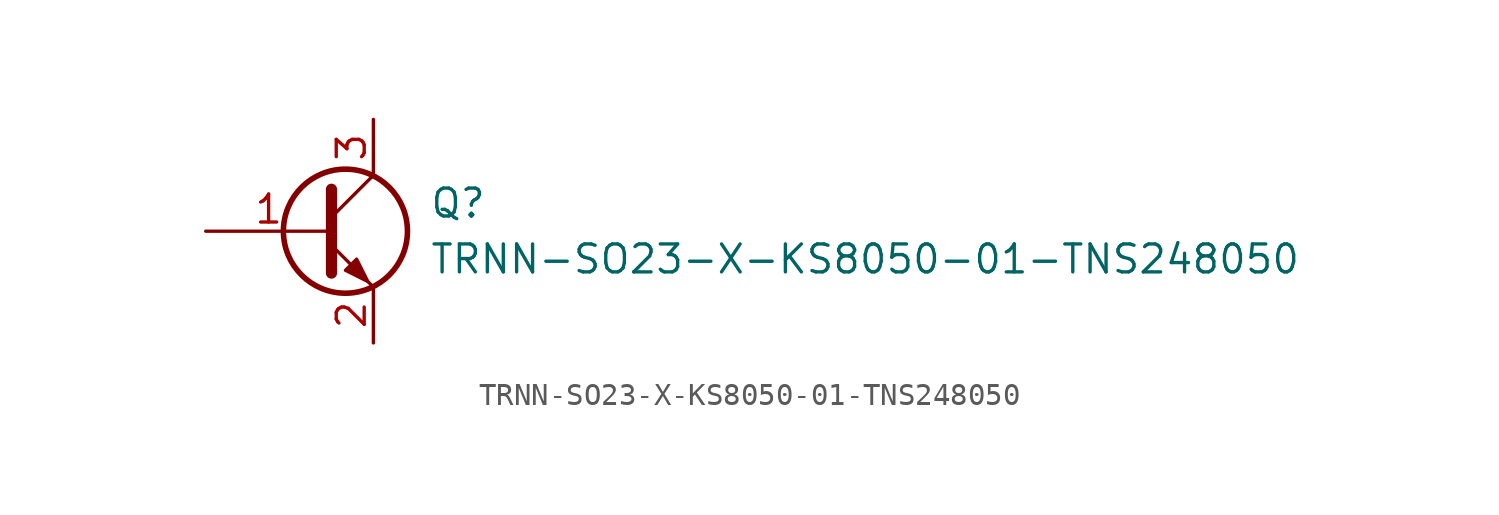
<source format=kicad_sym>
(kicad_symbol_lib
  (version 20211014)
  (generator kicad_symbol_editor)
  (symbol "TRNN-SO23-X-KS8050-01-TNS248050"
    (pin_names
      (offset 0) hide)
    (property "Reference" "Q"
      (at 5.08 1.27 0)
      (effects (font (size 1.27 1.27)) (justify left)))
    (property "Value" "TRNN-SO23-X-KS8050-01-TNS248050"
      (at 5.08 -1.27 0)
      (effects (font (size 1.27 1.27)) (justify left)))
    (symbol "TRNN-SO23-X-KS8050-01-TNS248050_0_1"
      (polyline (pts (xy 0.635 0.635) (xy 2.54 2.54)) (stroke (width 0) (type default) (color 0 0 0 0)) (fill (type none)))
      (polyline (pts (xy 0.635 -0.635) (xy 2.54 -2.54) (xy 2.54 -2.54)) (stroke (width 0) (type default) (color 0 0 0 0)) (fill (type none)))
      (polyline (pts (xy 0.635 1.905) (xy 0.635 -1.905) (xy 0.635 -1.905)) (stroke (width 0.508) (type default) (color 0 0 0 0)) (fill (type none)))
      (polyline (pts (xy 1.27 -1.778) (xy 1.778 -1.27) (xy 2.286 -2.286) (xy 1.27 -1.778) (xy 1.27 -1.778)) (stroke (width 0) (type default) (color 0 0 0 0)) (fill (type outline)))
      (circle (center 1.27 0) (radius 2.819) (stroke (width 0.254) (type default) (color 0 0 0 0)) (fill (type none))))
    (symbol "TRNN-SO23-X-KS8050-01-TNS248050_1_1"
      (pin input line (at -5.08 0 0) (length 5.715) (name "B" (effects (font (size 1.27 1.27)))) (number "1" (effects (font (size 1.27 1.27)))))
      (pin passive line (at 2.54 -5.08 90) (length 2.54) (name "E" (effects (font (size 1.27 1.27)))) (number "2" (effects (font (size 1.27 1.27)))))
      (pin passive line (at 2.54 5.08 270) (length 2.54) (name "C" (effects (font (size 1.27 1.27)))) (number "3" (effects (font (size 1.27 1.27))))))))
</source>
